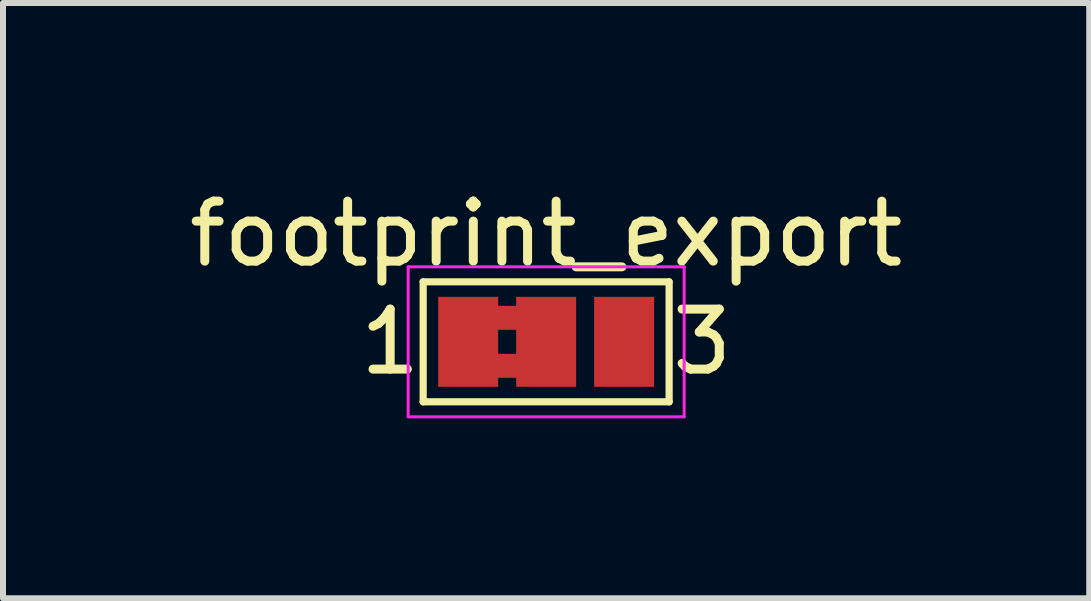
<source format=kicad_pcb>
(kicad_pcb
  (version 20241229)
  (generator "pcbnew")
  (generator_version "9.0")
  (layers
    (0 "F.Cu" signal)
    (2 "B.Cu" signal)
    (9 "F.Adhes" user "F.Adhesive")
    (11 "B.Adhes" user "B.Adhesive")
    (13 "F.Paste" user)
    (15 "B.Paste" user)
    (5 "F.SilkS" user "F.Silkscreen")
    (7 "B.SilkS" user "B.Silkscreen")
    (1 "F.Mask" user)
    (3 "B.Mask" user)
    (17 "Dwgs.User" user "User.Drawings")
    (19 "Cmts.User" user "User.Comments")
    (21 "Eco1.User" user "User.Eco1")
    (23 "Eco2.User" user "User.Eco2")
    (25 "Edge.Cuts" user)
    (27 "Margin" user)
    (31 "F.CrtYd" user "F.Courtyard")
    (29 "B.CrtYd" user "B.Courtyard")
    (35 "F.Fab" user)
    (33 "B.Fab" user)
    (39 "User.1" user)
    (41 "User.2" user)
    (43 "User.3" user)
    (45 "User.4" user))
  (footprint "footprint_export"
    (layer "F.Cu")
    (at 6.054 2.648)
    (property "Reference" "footprint_export" (at 0 -1.8 0) (layer "F.SilkS") (effects (font (size 1 1) (thickness 0.15))))
    (attr exclude_from_pos_files exclude_from_bom)
    (fp_poly (pts (xy -0.9 -0.6) (xy -0.4 -0.6) (xy -0.4 -0.2) (xy -0.9 -0.2)) (stroke (width 0) (type solid)) (fill yes) (layer "F.Cu"))
    (fp_poly (pts (xy -0.9 0.2) (xy -0.4 0.2) (xy -0.4 0.6) (xy -0.9 0.6)) (stroke (width 0) (type solid)) (fill yes) (layer "F.Cu"))
    (fp_line (start -2.05 -1) (end 2.05 -1) (stroke (width 0.12) (type solid)) (layer "F.SilkS"))
    (fp_line (start -2.05 1) (end -2.05 -1) (stroke (width 0.12) (type solid)) (layer "F.SilkS"))
    (fp_line (start 2.05 -1) (end 2.05 1) (stroke (width 0.12) (type solid)) (layer "F.SilkS"))
    (fp_line (start 2.05 1) (end -2.05 1) (stroke (width 0.12) (type solid)) (layer "F.SilkS"))
    (fp_line (start -2.3 -1.25) (end -2.3 1.25) (stroke (width 0.05) (type solid)) (layer "F.CrtYd"))
    (fp_line (start -2.3 -1.25) (end 2.3 -1.25) (stroke (width 0.05) (type solid)) (layer "F.CrtYd"))
    (fp_line (start 2.3 1.25) (end -2.3 1.25) (stroke (width 0.05) (type solid)) (layer "F.CrtYd"))
    (fp_line (start 2.3 1.25) (end 2.3 -1.25) (stroke (width 0.05) (type solid)) (layer "F.CrtYd"))
    (fp_text user "1" (at -2.6 0 0) (layer "F.SilkS") (effects (font (size 1 1) (thickness 0.15))))
    (fp_text user "3" (at 2.6 0 0) (layer "F.SilkS") (effects (font (size 1 1) (thickness 0.15))))
    (pad "1" smd rect (at -1.3 0) (size 1 1.5) (layers "F.Cu" "F.Mask"))
    (pad "2" smd rect (at 0 0) (size 1 1.5) (layers "F.Cu" "F.Mask"))
    (pad "3" smd rect (at 1.3 0) (size 1 1.5) (layers "F.Cu" "F.Mask")))
  (gr_rect
    (start -3 -3)
    (end 15.107 6.923)
    (stroke (width 0.1) (type default))
    (fill no)
    (layer "Edge.Cuts")))
</source>
